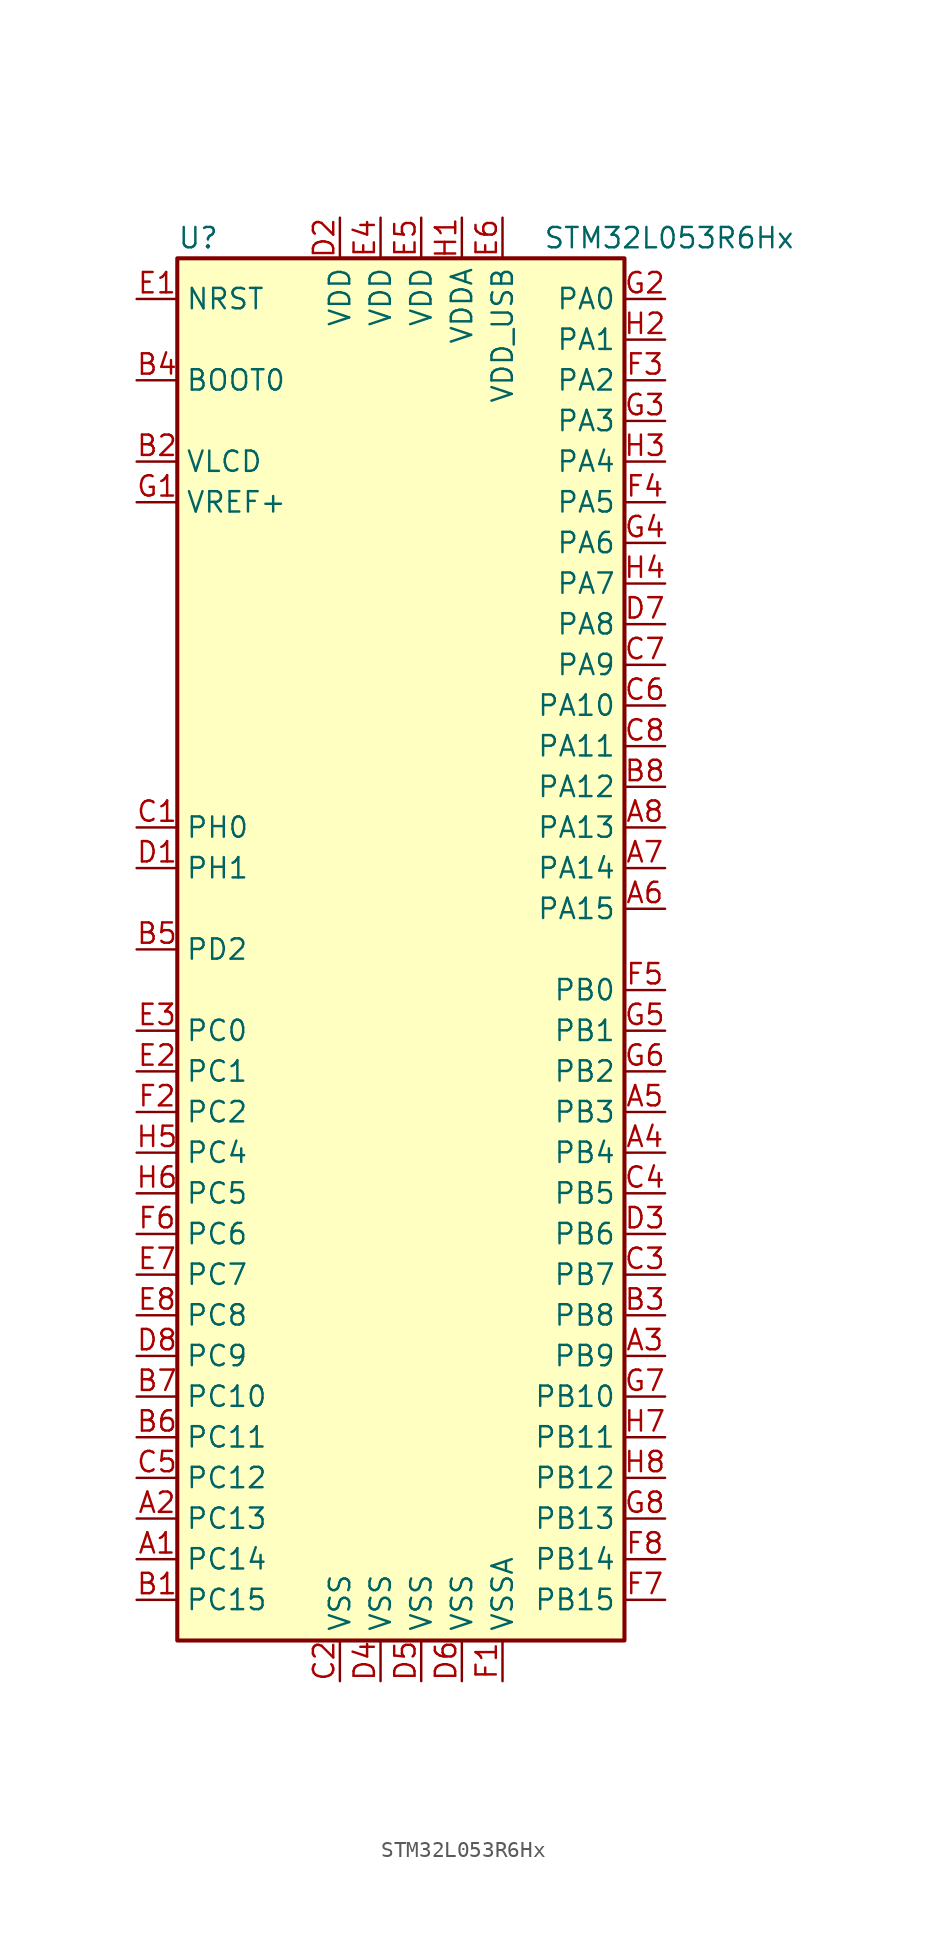
<source format=kicad_sym>
(kicad_symbol_lib
  (version 20201005)
  (generator kicad_symbol_editor)
  (symbol "STM32L053R6Hx"
    (property "Reference" "U"
      (at -15.24 44.45 0)
      (effects (font (size 1.27 1.27)) (justify left)))
    (property "Value" "STM32L053R6Hx"
      (at 7.62 44.45 0)
      (effects (font (size 1.27 1.27)) (justify left)))
    (symbol "STM32L053R6Hx_0_1"
      (rectangle (start -15.24 -43.18) (end 12.7 43.18) (stroke (width 0.254)) (fill (type background))))
    (symbol "STM32L053R6Hx_1_1"
      (pin input line (at -17.78 35.56 0) (length 2.54) (name "BOOT0" (effects (font (size 1.27 1.27)))) (number "B4" (effects (font (size 1.27 1.27)))))
      (pin input line (at -17.78 40.64 0) (length 2.54) (name "NRST" (effects (font (size 1.27 1.27)))) (number "E1" (effects (font (size 1.27 1.27)))))
      (pin bidirectional line (at 15.24 40.64 180) (length 2.54) (name "PA0" (effects (font (size 1.27 1.27)))) (number "G2" (effects (font (size 1.27 1.27)))))
      (pin bidirectional line (at 15.24 38.1 180) (length 2.54) (name "PA1" (effects (font (size 1.27 1.27)))) (number "H2" (effects (font (size 1.27 1.27)))))
      (pin bidirectional line (at 15.24 15.24 180) (length 2.54) (name "PA10" (effects (font (size 1.27 1.27)))) (number "C6" (effects (font (size 1.27 1.27)))))
      (pin bidirectional line (at 15.24 12.7 180) (length 2.54) (name "PA11" (effects (font (size 1.27 1.27)))) (number "C8" (effects (font (size 1.27 1.27)))))
      (pin bidirectional line (at 15.24 10.16 180) (length 2.54) (name "PA12" (effects (font (size 1.27 1.27)))) (number "B8" (effects (font (size 1.27 1.27)))))
      (pin bidirectional line (at 15.24 7.62 180) (length 2.54) (name "PA13" (effects (font (size 1.27 1.27)))) (number "A8" (effects (font (size 1.27 1.27)))))
      (pin bidirectional line (at 15.24 5.08 180) (length 2.54) (name "PA14" (effects (font (size 1.27 1.27)))) (number "A7" (effects (font (size 1.27 1.27)))))
      (pin bidirectional line (at 15.24 2.54 180) (length 2.54) (name "PA15" (effects (font (size 1.27 1.27)))) (number "A6" (effects (font (size 1.27 1.27)))))
      (pin bidirectional line (at 15.24 35.56 180) (length 2.54) (name "PA2" (effects (font (size 1.27 1.27)))) (number "F3" (effects (font (size 1.27 1.27)))))
      (pin bidirectional line (at 15.24 33.02 180) (length 2.54) (name "PA3" (effects (font (size 1.27 1.27)))) (number "G3" (effects (font (size 1.27 1.27)))))
      (pin bidirectional line (at 15.24 30.48 180) (length 2.54) (name "PA4" (effects (font (size 1.27 1.27)))) (number "H3" (effects (font (size 1.27 1.27)))))
      (pin bidirectional line (at 15.24 27.94 180) (length 2.54) (name "PA5" (effects (font (size 1.27 1.27)))) (number "F4" (effects (font (size 1.27 1.27)))))
      (pin bidirectional line (at 15.24 25.4 180) (length 2.54) (name "PA6" (effects (font (size 1.27 1.27)))) (number "G4" (effects (font (size 1.27 1.27)))))
      (pin bidirectional line (at 15.24 22.86 180) (length 2.54) (name "PA7" (effects (font (size 1.27 1.27)))) (number "H4" (effects (font (size 1.27 1.27)))))
      (pin bidirectional line (at 15.24 20.32 180) (length 2.54) (name "PA8" (effects (font (size 1.27 1.27)))) (number "D7" (effects (font (size 1.27 1.27)))))
      (pin bidirectional line (at 15.24 17.78 180) (length 2.54) (name "PA9" (effects (font (size 1.27 1.27)))) (number "C7" (effects (font (size 1.27 1.27)))))
      (pin bidirectional line (at 15.24 -2.54 180) (length 2.54) (name "PB0" (effects (font (size 1.27 1.27)))) (number "F5" (effects (font (size 1.27 1.27)))))
      (pin bidirectional line (at 15.24 -5.08 180) (length 2.54) (name "PB1" (effects (font (size 1.27 1.27)))) (number "G5" (effects (font (size 1.27 1.27)))))
      (pin bidirectional line (at 15.24 -27.94 180) (length 2.54) (name "PB10" (effects (font (size 1.27 1.27)))) (number "G7" (effects (font (size 1.27 1.27)))))
      (pin bidirectional line (at 15.24 -30.48 180) (length 2.54) (name "PB11" (effects (font (size 1.27 1.27)))) (number "H7" (effects (font (size 1.27 1.27)))))
      (pin bidirectional line (at 15.24 -33.02 180) (length 2.54) (name "PB12" (effects (font (size 1.27 1.27)))) (number "H8" (effects (font (size 1.27 1.27)))))
      (pin bidirectional line (at 15.24 -35.56 180) (length 2.54) (name "PB13" (effects (font (size 1.27 1.27)))) (number "G8" (effects (font (size 1.27 1.27)))))
      (pin bidirectional line (at 15.24 -38.1 180) (length 2.54) (name "PB14" (effects (font (size 1.27 1.27)))) (number "F8" (effects (font (size 1.27 1.27)))))
      (pin bidirectional line (at 15.24 -40.64 180) (length 2.54) (name "PB15" (effects (font (size 1.27 1.27)))) (number "F7" (effects (font (size 1.27 1.27)))))
      (pin bidirectional line (at 15.24 -7.62 180) (length 2.54) (name "PB2" (effects (font (size 1.27 1.27)))) (number "G6" (effects (font (size 1.27 1.27)))))
      (pin bidirectional line (at 15.24 -10.16 180) (length 2.54) (name "PB3" (effects (font (size 1.27 1.27)))) (number "A5" (effects (font (size 1.27 1.27)))))
      (pin bidirectional line (at 15.24 -12.7 180) (length 2.54) (name "PB4" (effects (font (size 1.27 1.27)))) (number "A4" (effects (font (size 1.27 1.27)))))
      (pin bidirectional line (at 15.24 -15.24 180) (length 2.54) (name "PB5" (effects (font (size 1.27 1.27)))) (number "C4" (effects (font (size 1.27 1.27)))))
      (pin bidirectional line (at 15.24 -17.78 180) (length 2.54) (name "PB6" (effects (font (size 1.27 1.27)))) (number "D3" (effects (font (size 1.27 1.27)))))
      (pin bidirectional line (at 15.24 -20.32 180) (length 2.54) (name "PB7" (effects (font (size 1.27 1.27)))) (number "C3" (effects (font (size 1.27 1.27)))))
      (pin bidirectional line (at 15.24 -22.86 180) (length 2.54) (name "PB8" (effects (font (size 1.27 1.27)))) (number "B3" (effects (font (size 1.27 1.27)))))
      (pin bidirectional line (at 15.24 -25.4 180) (length 2.54) (name "PB9" (effects (font (size 1.27 1.27)))) (number "A3" (effects (font (size 1.27 1.27)))))
      (pin bidirectional line (at -17.78 -5.08 0) (length 2.54) (name "PC0" (effects (font (size 1.27 1.27)))) (number "E3" (effects (font (size 1.27 1.27)))))
      (pin bidirectional line (at -17.78 -7.62 0) (length 2.54) (name "PC1" (effects (font (size 1.27 1.27)))) (number "E2" (effects (font (size 1.27 1.27)))))
      (pin bidirectional line (at -17.78 -27.94 0) (length 2.54) (name "PC10" (effects (font (size 1.27 1.27)))) (number "B7" (effects (font (size 1.27 1.27)))))
      (pin bidirectional line (at -17.78 -30.48 0) (length 2.54) (name "PC11" (effects (font (size 1.27 1.27)))) (number "B6" (effects (font (size 1.27 1.27)))))
      (pin bidirectional line (at -17.78 -33.02 0) (length 2.54) (name "PC12" (effects (font (size 1.27 1.27)))) (number "C5" (effects (font (size 1.27 1.27)))))
      (pin bidirectional line (at -17.78 -35.56 0) (length 2.54) (name "PC13" (effects (font (size 1.27 1.27)))) (number "A2" (effects (font (size 1.27 1.27)))))
      (pin bidirectional line (at -17.78 -38.1 0) (length 2.54) (name "PC14" (effects (font (size 1.27 1.27)))) (number "A1" (effects (font (size 1.27 1.27)))))
      (pin bidirectional line (at -17.78 -40.64 0) (length 2.54) (name "PC15" (effects (font (size 1.27 1.27)))) (number "B1" (effects (font (size 1.27 1.27)))))
      (pin bidirectional line (at -17.78 -10.16 0) (length 2.54) (name "PC2" (effects (font (size 1.27 1.27)))) (number "F2" (effects (font (size 1.27 1.27)))))
      (pin bidirectional line (at -17.78 -12.7 0) (length 2.54) (name "PC4" (effects (font (size 1.27 1.27)))) (number "H5" (effects (font (size 1.27 1.27)))))
      (pin bidirectional line (at -17.78 -15.24 0) (length 2.54) (name "PC5" (effects (font (size 1.27 1.27)))) (number "H6" (effects (font (size 1.27 1.27)))))
      (pin bidirectional line (at -17.78 -17.78 0) (length 2.54) (name "PC6" (effects (font (size 1.27 1.27)))) (number "F6" (effects (font (size 1.27 1.27)))))
      (pin bidirectional line (at -17.78 -20.32 0) (length 2.54) (name "PC7" (effects (font (size 1.27 1.27)))) (number "E7" (effects (font (size 1.27 1.27)))))
      (pin bidirectional line (at -17.78 -22.86 0) (length 2.54) (name "PC8" (effects (font (size 1.27 1.27)))) (number "E8" (effects (font (size 1.27 1.27)))))
      (pin bidirectional line (at -17.78 -25.4 0) (length 2.54) (name "PC9" (effects (font (size 1.27 1.27)))) (number "D8" (effects (font (size 1.27 1.27)))))
      (pin bidirectional line (at -17.78 0 0) (length 2.54) (name "PD2" (effects (font (size 1.27 1.27)))) (number "B5" (effects (font (size 1.27 1.27)))))
      (pin input line (at -17.78 7.62 0) (length 2.54) (name "PH0" (effects (font (size 1.27 1.27)))) (number "C1" (effects (font (size 1.27 1.27)))))
      (pin input line (at -17.78 5.08 0) (length 2.54) (name "PH1" (effects (font (size 1.27 1.27)))) (number "D1" (effects (font (size 1.27 1.27)))))
      (pin power_in line (at -5.08 45.72 270) (length 2.54) (name "VDD" (effects (font (size 1.27 1.27)))) (number "D2" (effects (font (size 1.27 1.27)))))
      (pin power_in line (at -2.54 45.72 270) (length 2.54) (name "VDD" (effects (font (size 1.27 1.27)))) (number "E4" (effects (font (size 1.27 1.27)))))
      (pin power_in line (at 0 45.72 270) (length 2.54) (name "VDD" (effects (font (size 1.27 1.27)))) (number "E5" (effects (font (size 1.27 1.27)))))
      (pin power_in line (at 2.54 45.72 270) (length 2.54) (name "VDDA" (effects (font (size 1.27 1.27)))) (number "H1" (effects (font (size 1.27 1.27)))))
      (pin power_in line (at 5.08 45.72 270) (length 2.54) (name "VDD_USB" (effects (font (size 1.27 1.27)))) (number "E6" (effects (font (size 1.27 1.27)))))
      (pin power_in line (at -17.78 30.48 0) (length 2.54) (name "VLCD" (effects (font (size 1.27 1.27)))) (number "B2" (effects (font (size 1.27 1.27)))))
      (pin power_in line (at -17.78 27.94 0) (length 2.54) (name "VREF+" (effects (font (size 1.27 1.27)))) (number "G1" (effects (font (size 1.27 1.27)))))
      (pin power_in line (at -5.08 -45.72 90) (length 2.54) (name "VSS" (effects (font (size 1.27 1.27)))) (number "C2" (effects (font (size 1.27 1.27)))))
      (pin power_in line (at -2.54 -45.72 90) (length 2.54) (name "VSS" (effects (font (size 1.27 1.27)))) (number "D4" (effects (font (size 1.27 1.27)))))
      (pin power_in line (at 0 -45.72 90) (length 2.54) (name "VSS" (effects (font (size 1.27 1.27)))) (number "D5" (effects (font (size 1.27 1.27)))))
      (pin power_in line (at 2.54 -45.72 90) (length 2.54) (name "VSS" (effects (font (size 1.27 1.27)))) (number "D6" (effects (font (size 1.27 1.27)))))
      (pin power_in line (at 5.08 -45.72 90) (length 2.54) (name "VSSA" (effects (font (size 1.27 1.27)))) (number "F1" (effects (font (size 1.27 1.27))))))))
</source>
